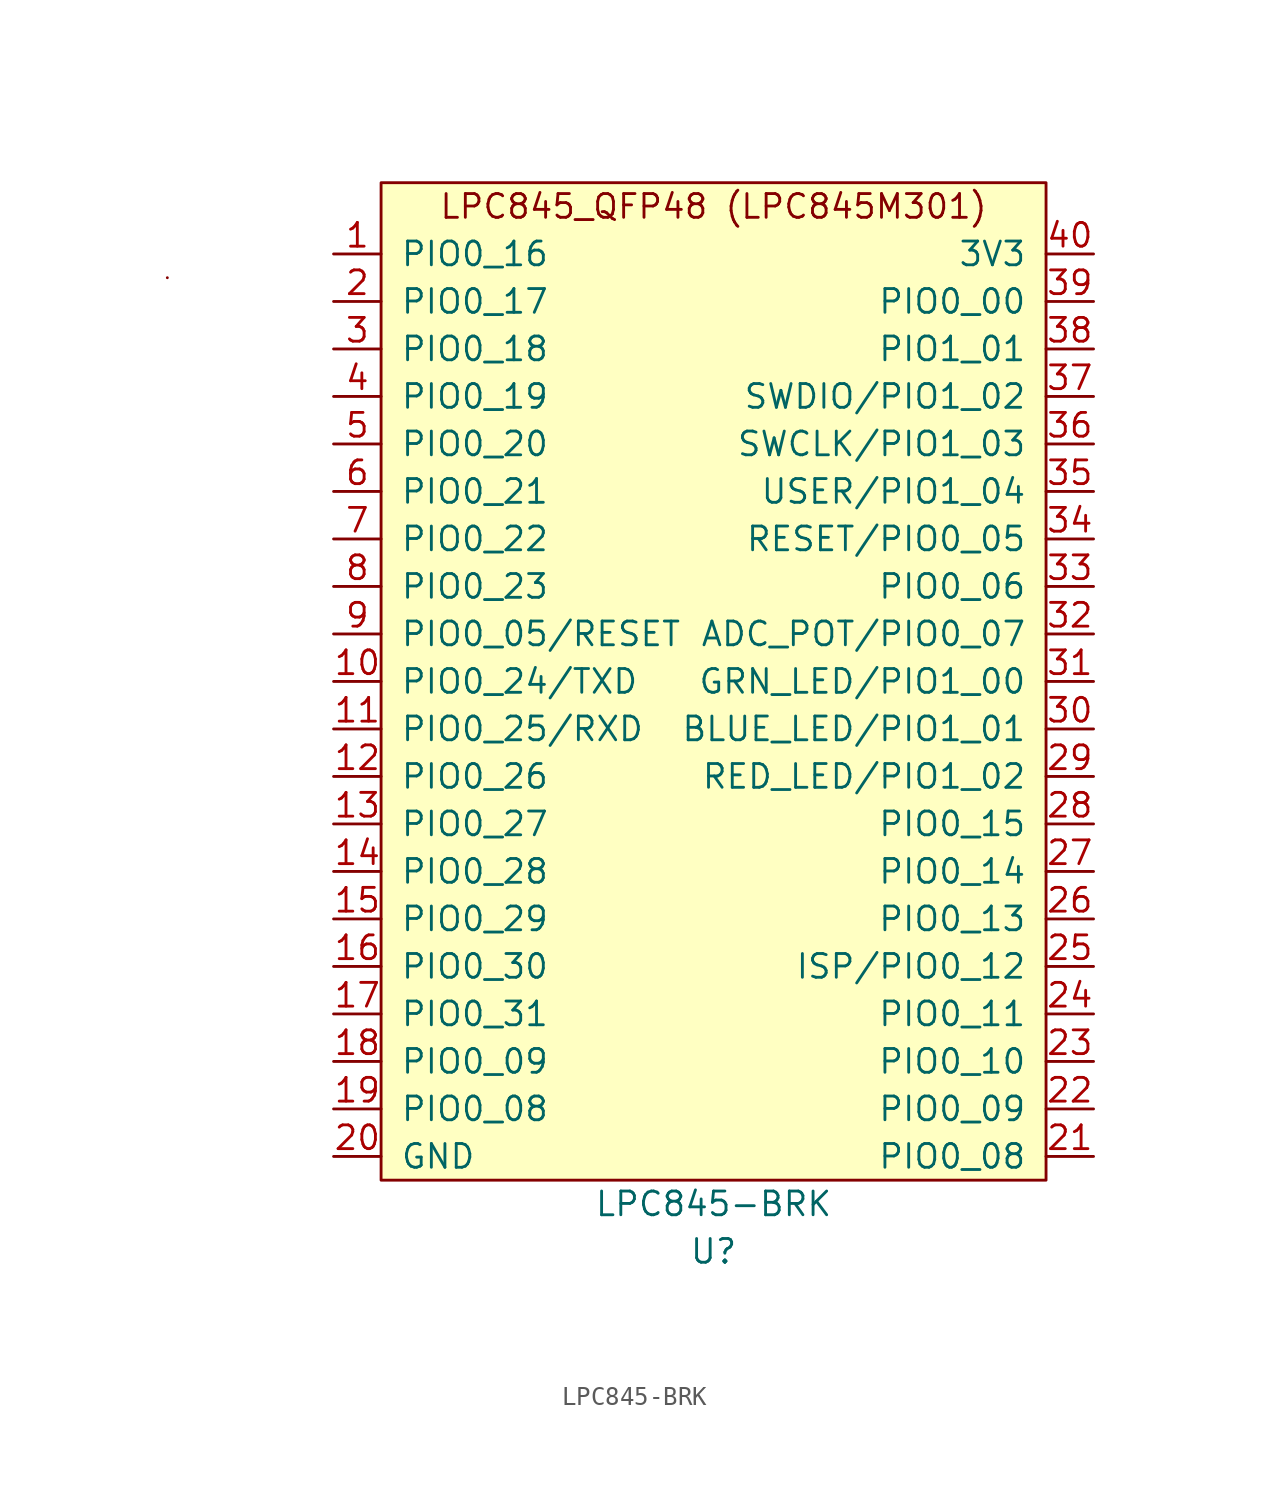
<source format=kicad_sym>
(kicad_symbol_lib
  (version 20211014)
  (generator kicad_symbol_editor)
  (symbol "LPC845-BRK"
    (pin_names
      (offset 1.016))
    (property "Reference" "U"
      (at 1.27 -31.75 0)
      (effects (font (size 1.27 1.27))))
    (property "Value" "LPC845-BRK"
      (at 1.27 -29.21 0)
      (effects (font (size 1.27 1.27))))
    (symbol "LPC845-BRK_0_0"
      (text "LPC845_QFP48 (LPC845M301)" (at 1.27 24.13 0) (effects (font (size 1.27 1.27))))
      (pin bidirectional line (at -19.05 -1.27 0) (length 2.54) (name "PIO0_24/TXD" (effects (font (size 1.27 1.27)))) (number "10" (effects (font (size 1.27 1.27)))))
      (pin bidirectional line (at -19.05 -3.81 0) (length 2.54) (name "PIO0_25/RXD" (effects (font (size 1.27 1.27)))) (number "11" (effects (font (size 1.27 1.27)))))
      (pin bidirectional line (at -19.05 -6.35 0) (length 2.54) (name "PIO0_26" (effects (font (size 1.27 1.27)))) (number "12" (effects (font (size 1.27 1.27)))))
      (pin bidirectional line (at -19.05 -8.89 0) (length 2.54) (name "PIO0_27" (effects (font (size 1.27 1.27)))) (number "13" (effects (font (size 1.27 1.27)))))
      (pin bidirectional line (at -19.05 -11.43 0) (length 2.54) (name "PIO0_28" (effects (font (size 1.27 1.27)))) (number "14" (effects (font (size 1.27 1.27)))))
      (pin bidirectional line (at -19.05 -13.97 0) (length 2.54) (name "PIO0_29" (effects (font (size 1.27 1.27)))) (number "15" (effects (font (size 1.27 1.27)))))
      (pin bidirectional line (at -19.05 -16.51 0) (length 2.54) (name "PIO0_30" (effects (font (size 1.27 1.27)))) (number "16" (effects (font (size 1.27 1.27)))))
      (pin bidirectional line (at -19.05 -19.05 0) (length 2.54) (name "PIO0_31" (effects (font (size 1.27 1.27)))) (number "17" (effects (font (size 1.27 1.27)))))
      (pin bidirectional line (at -19.05 -21.59 0) (length 2.54) (name "PIO0_09" (effects (font (size 1.27 1.27)))) (number "18" (effects (font (size 1.27 1.27)))))
      (pin bidirectional line (at -19.05 -24.13 0) (length 2.54) (name "PIO0_08" (effects (font (size 1.27 1.27)))) (number "19" (effects (font (size 1.27 1.27)))))
      (pin power_in line (at -19.05 -26.67 0) (length 2.54) (name "GND" (effects (font (size 1.27 1.27)))) (number "20" (effects (font (size 1.27 1.27)))))
      (pin bidirectional line (at 21.59 -26.67 180) (length 2.54) (name "PIO0_08" (effects (font (size 1.27 1.27)))) (number "21" (effects (font (size 1.27 1.27)))))
      (pin bidirectional line (at 21.59 -24.13 180) (length 2.54) (name "PIO0_09" (effects (font (size 1.27 1.27)))) (number "22" (effects (font (size 1.27 1.27)))))
      (pin bidirectional line (at 21.59 -21.59 180) (length 2.54) (name "PIO0_10" (effects (font (size 1.27 1.27)))) (number "23" (effects (font (size 1.27 1.27)))))
      (pin bidirectional line (at 21.59 -19.05 180) (length 2.54) (name "PIO0_11" (effects (font (size 1.27 1.27)))) (number "24" (effects (font (size 1.27 1.27)))))
      (pin bidirectional line (at 21.59 -16.51 180) (length 2.54) (name "ISP/PIO0_12" (effects (font (size 1.27 1.27)))) (number "25" (effects (font (size 1.27 1.27)))))
      (pin bidirectional line (at 21.59 -13.97 180) (length 2.54) (name "PIO0_13" (effects (font (size 1.27 1.27)))) (number "26" (effects (font (size 1.27 1.27)))))
      (pin bidirectional line (at 21.59 -11.43 180) (length 2.54) (name "PIO0_14" (effects (font (size 1.27 1.27)))) (number "27" (effects (font (size 1.27 1.27)))))
      (pin bidirectional line (at 21.59 -8.89 180) (length 2.54) (name "PIO0_15" (effects (font (size 1.27 1.27)))) (number "28" (effects (font (size 1.27 1.27)))))
      (pin bidirectional line (at 21.59 -6.35 180) (length 2.54) (name "RED_LED/PIO1_02" (effects (font (size 1.27 1.27)))) (number "29" (effects (font (size 1.27 1.27)))))
      (pin bidirectional line (at -19.05 16.51 0) (length 2.54) (name "PIO0_18" (effects (font (size 1.27 1.27)))) (number "3" (effects (font (size 1.27 1.27)))))
      (pin bidirectional line (at 21.59 -3.81 180) (length 2.54) (name "BLUE_LED/PIO1_01" (effects (font (size 1.27 1.27)))) (number "30" (effects (font (size 1.27 1.27)))))
      (pin bidirectional line (at 21.59 -1.27 180) (length 2.54) (name "GRN_LED/PIO1_00" (effects (font (size 1.27 1.27)))) (number "31" (effects (font (size 1.27 1.27)))))
      (pin bidirectional line (at 21.59 1.27 180) (length 2.54) (name "ADC_POT/PIO0_07" (effects (font (size 1.27 1.27)))) (number "32" (effects (font (size 1.27 1.27)))))
      (pin bidirectional line (at 21.59 3.81 180) (length 2.54) (name "PIO0_06" (effects (font (size 1.27 1.27)))) (number "33" (effects (font (size 1.27 1.27)))))
      (pin bidirectional line (at 21.59 6.35 180) (length 2.54) (name "RESET/PIO0_05" (effects (font (size 1.27 1.27)))) (number "34" (effects (font (size 1.27 1.27)))))
      (pin bidirectional line (at 21.59 8.89 180) (length 2.54) (name "USER/PIO1_04" (effects (font (size 1.27 1.27)))) (number "35" (effects (font (size 1.27 1.27)))))
      (pin bidirectional line (at 21.59 11.43 180) (length 2.54) (name "SWCLK/PIO1_03" (effects (font (size 1.27 1.27)))) (number "36" (effects (font (size 1.27 1.27)))))
      (pin bidirectional line (at 21.59 13.97 180) (length 2.54) (name "SWDIO/PIO1_02" (effects (font (size 1.27 1.27)))) (number "37" (effects (font (size 1.27 1.27)))))
      (pin bidirectional line (at 21.59 16.51 180) (length 2.54) (name "PIO1_01" (effects (font (size 1.27 1.27)))) (number "38" (effects (font (size 1.27 1.27)))))
      (pin bidirectional line (at 21.59 19.05 180) (length 2.54) (name "PIO0_00" (effects (font (size 1.27 1.27)))) (number "39" (effects (font (size 1.27 1.27)))))
      (pin bidirectional line (at -19.05 13.97 0) (length 2.54) (name "PIO0_19" (effects (font (size 1.27 1.27)))) (number "4" (effects (font (size 1.27 1.27)))))
      (pin bidirectional line (at -19.05 11.43 0) (length 2.54) (name "PIO0_20" (effects (font (size 1.27 1.27)))) (number "5" (effects (font (size 1.27 1.27)))))
      (pin bidirectional line (at -19.05 8.89 0) (length 2.54) (name "PIO0_21" (effects (font (size 1.27 1.27)))) (number "6" (effects (font (size 1.27 1.27)))))
      (pin bidirectional line (at -19.05 6.35 0) (length 2.54) (name "PIO0_22" (effects (font (size 1.27 1.27)))) (number "7" (effects (font (size 1.27 1.27)))))
      (pin bidirectional line (at -19.05 3.81 0) (length 2.54) (name "PIO0_23" (effects (font (size 1.27 1.27)))) (number "8" (effects (font (size 1.27 1.27)))))
      (pin bidirectional line (at -19.05 1.27 0) (length 2.54) (name "PIO0_05/RESET" (effects (font (size 1.27 1.27)))) (number "9" (effects (font (size 1.27 1.27))))))
    (symbol "LPC845-BRK_0_1"
      (rectangle (start -27.94 20.32) (end -27.94 20.32) (stroke (width 0) (type default) (color 0 0 0 0)) (fill (type none)))
      (rectangle (start -16.51 25.4) (end 19.05 -27.94) (stroke (width 0) (type default) (color 0 0 0 0)) (fill (type background))))
    (symbol "LPC845-BRK_1_1"
      (pin bidirectional line (at -19.05 21.59 0) (length 2.54) (name "PIO0_16" (effects (font (size 1.27 1.27)))) (number "1" (effects (font (size 1.27 1.27)))))
      (pin bidirectional line (at -19.05 19.05 0) (length 2.54) (name "PIO0_17" (effects (font (size 1.27 1.27)))) (number "2" (effects (font (size 1.27 1.27)))))
      (pin passive line (at 21.59 21.59 180) (length 2.54) (name "3V3" (effects (font (size 1.27 1.27)))) (number "40" (effects (font (size 1.27 1.27))))))))
</source>
